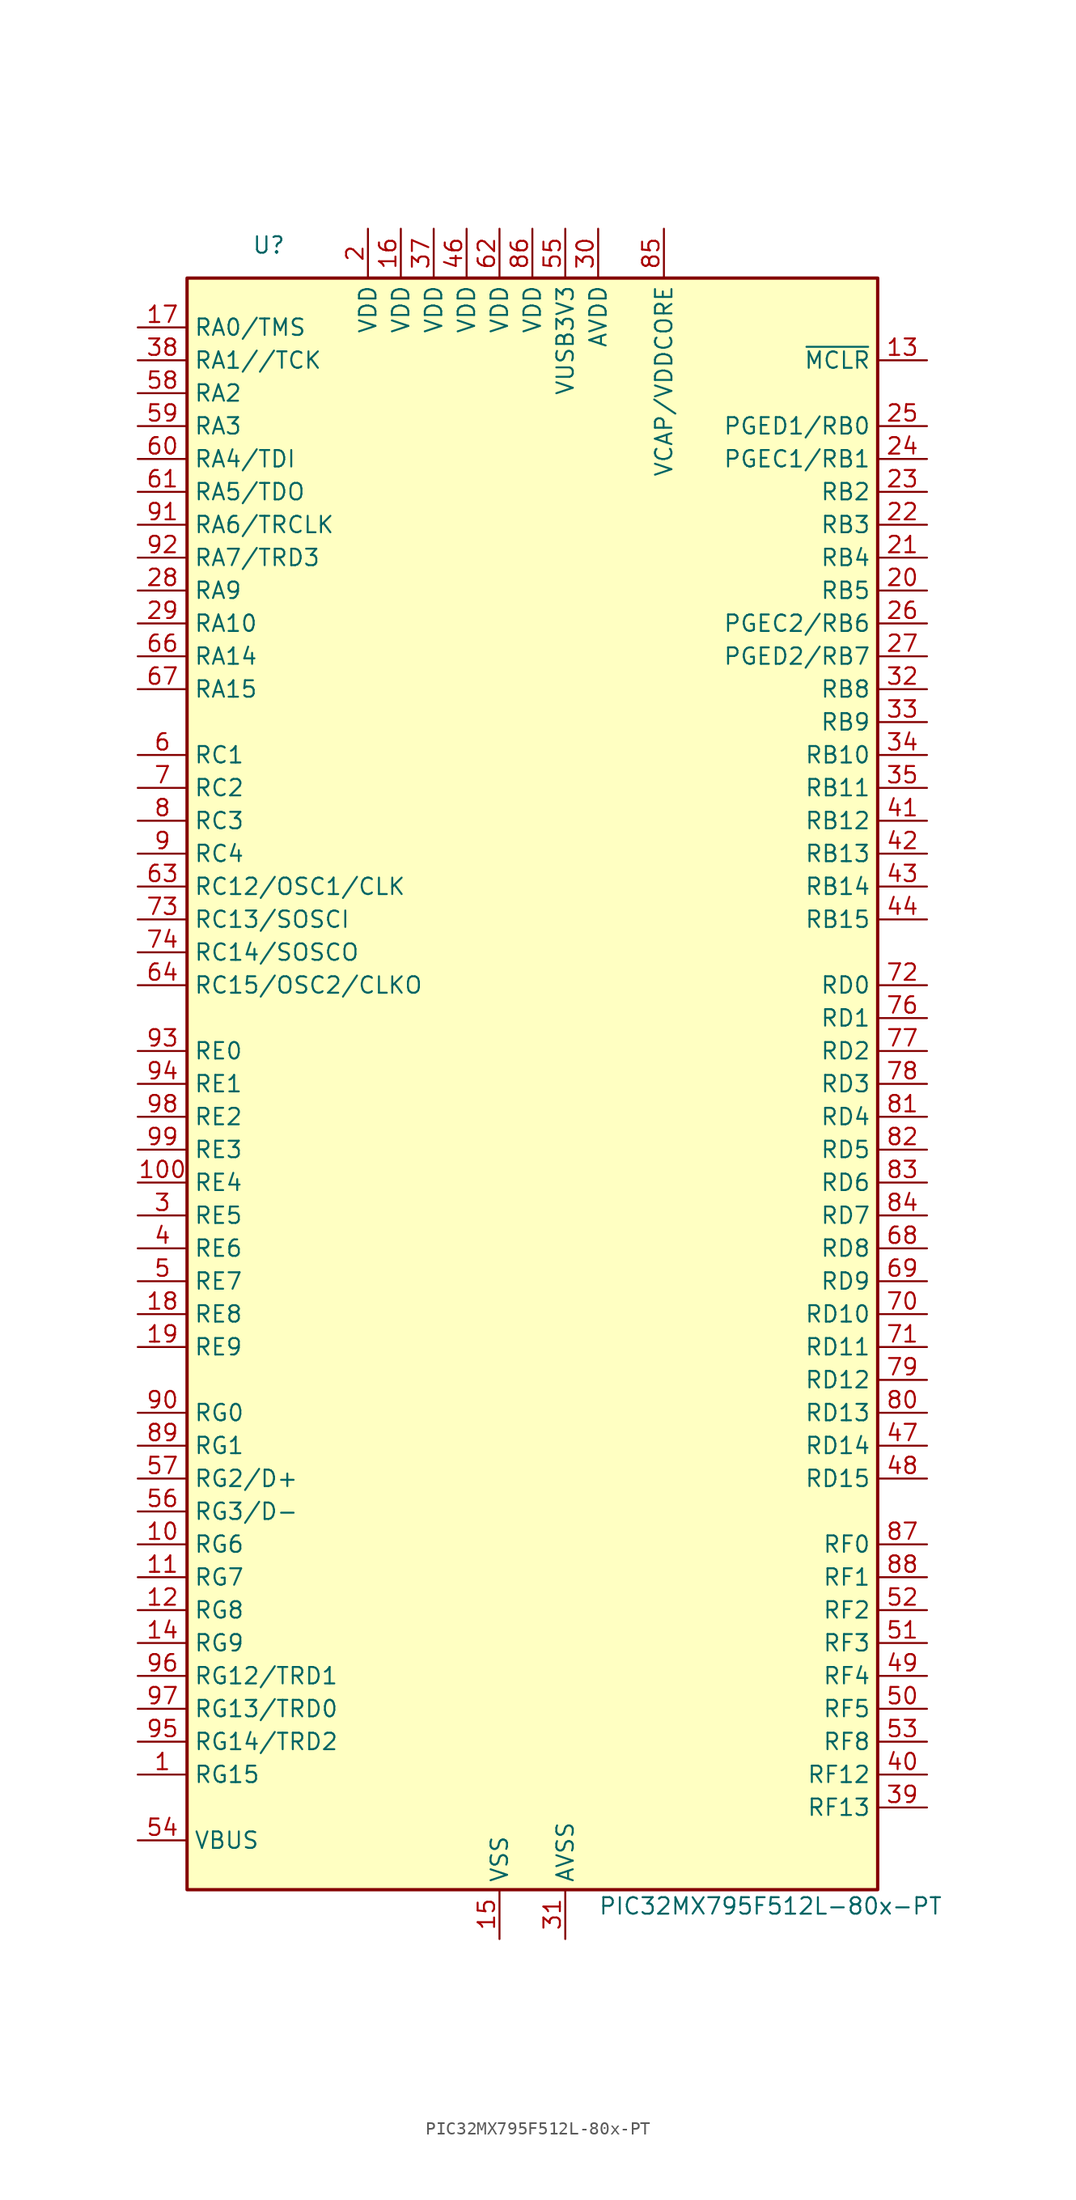
<source format=kicad_sym>
(kicad_symbol_lib
  (version 20201005)
  (generator kicad_symbol_editor)
  (symbol "PIC32MX795F512L-80x-PT"
    (property "Reference" "U"
      (at -19.05 64.77 0)
      (effects (font (size 1.27 1.27)) (justify right)))
    (property "Value" "PIC32MX795F512L-80x-PT"
      (at 5.08 -63.5 0)
      (effects (font (size 1.27 1.27)) (justify left)))
    (symbol "PIC32MX795F512L-80x-PT_1_1"
      (rectangle (start -26.67 62.23) (end 26.67 -62.23) (stroke (width 0.254)) (fill (type background)))
      (pin bidirectional line (at -30.48 -53.34 0) (length 3.81) (name "RG15" (effects (font (size 1.27 1.27)))) (number "1" (effects (font (size 1.27 1.27)))))
      (pin bidirectional line (at -30.48 -35.56 0) (length 3.81) (name "RG6" (effects (font (size 1.27 1.27)))) (number "10" (effects (font (size 1.27 1.27)))))
      (pin bidirectional line (at -30.48 -7.62 0) (length 3.81) (name "RE4" (effects (font (size 1.27 1.27)))) (number "100" (effects (font (size 1.27 1.27)))))
      (pin bidirectional line (at -30.48 -38.1 0) (length 3.81) (name "RG7" (effects (font (size 1.27 1.27)))) (number "11" (effects (font (size 1.27 1.27)))))
      (pin bidirectional line (at -30.48 -40.64 0) (length 3.81) (name "RG8" (effects (font (size 1.27 1.27)))) (number "12" (effects (font (size 1.27 1.27)))))
      (pin input line (at 30.48 55.88 180) (length 3.81) (name "~MCLR~" (effects (font (size 1.27 1.27)))) (number "13" (effects (font (size 1.27 1.27)))))
      (pin bidirectional line (at -30.48 -43.18 0) (length 3.81) (name "RG9" (effects (font (size 1.27 1.27)))) (number "14" (effects (font (size 1.27 1.27)))))
      (pin power_in line (at -2.54 -66.04 90) (length 3.81) (name "VSS" (effects (font (size 1.27 1.27)))) (number "15" (effects (font (size 1.27 1.27)))))
      (pin power_in line (at -10.16 66.04 270) (length 3.81) (name "VDD" (effects (font (size 1.27 1.27)))) (number "16" (effects (font (size 1.27 1.27)))))
      (pin bidirectional line (at -30.48 58.42 0) (length 3.81) (name "RA0/TMS" (effects (font (size 1.27 1.27)))) (number "17" (effects (font (size 1.27 1.27)))))
      (pin bidirectional line (at -30.48 -17.78 0) (length 3.81) (name "RE8" (effects (font (size 1.27 1.27)))) (number "18" (effects (font (size 1.27 1.27)))))
      (pin bidirectional line (at -30.48 -20.32 0) (length 3.81) (name "RE9" (effects (font (size 1.27 1.27)))) (number "19" (effects (font (size 1.27 1.27)))))
      (pin power_in line (at -12.7 66.04 270) (length 3.81) (name "VDD" (effects (font (size 1.27 1.27)))) (number "2" (effects (font (size 1.27 1.27)))))
      (pin bidirectional line (at 30.48 38.1 180) (length 3.81) (name "RB5" (effects (font (size 1.27 1.27)))) (number "20" (effects (font (size 1.27 1.27)))))
      (pin bidirectional line (at 30.48 40.64 180) (length 3.81) (name "RB4" (effects (font (size 1.27 1.27)))) (number "21" (effects (font (size 1.27 1.27)))))
      (pin bidirectional line (at 30.48 43.18 180) (length 3.81) (name "RB3" (effects (font (size 1.27 1.27)))) (number "22" (effects (font (size 1.27 1.27)))))
      (pin bidirectional line (at 30.48 45.72 180) (length 3.81) (name "RB2" (effects (font (size 1.27 1.27)))) (number "23" (effects (font (size 1.27 1.27)))))
      (pin bidirectional line (at 30.48 48.26 180) (length 3.81) (name "PGEC1/RB1" (effects (font (size 1.27 1.27)))) (number "24" (effects (font (size 1.27 1.27)))))
      (pin bidirectional line (at 30.48 50.8 180) (length 3.81) (name "PGED1/RB0" (effects (font (size 1.27 1.27)))) (number "25" (effects (font (size 1.27 1.27)))))
      (pin bidirectional line (at 30.48 35.56 180) (length 3.81) (name "PGEC2/RB6" (effects (font (size 1.27 1.27)))) (number "26" (effects (font (size 1.27 1.27)))))
      (pin bidirectional line (at 30.48 33.02 180) (length 3.81) (name "PGED2/RB7" (effects (font (size 1.27 1.27)))) (number "27" (effects (font (size 1.27 1.27)))))
      (pin bidirectional line (at -30.48 38.1 0) (length 3.81) (name "RA9" (effects (font (size 1.27 1.27)))) (number "28" (effects (font (size 1.27 1.27)))))
      (pin bidirectional line (at -30.48 35.56 0) (length 3.81) (name "RA10" (effects (font (size 1.27 1.27)))) (number "29" (effects (font (size 1.27 1.27)))))
      (pin bidirectional line (at -30.48 -10.16 0) (length 3.81) (name "RE5" (effects (font (size 1.27 1.27)))) (number "3" (effects (font (size 1.27 1.27)))))
      (pin power_in line (at 5.08 66.04 270) (length 3.81) (name "AVDD" (effects (font (size 1.27 1.27)))) (number "30" (effects (font (size 1.27 1.27)))))
      (pin power_in line (at 2.54 -66.04 90) (length 3.81) (name "AVSS" (effects (font (size 1.27 1.27)))) (number "31" (effects (font (size 1.27 1.27)))))
      (pin bidirectional line (at 30.48 30.48 180) (length 3.81) (name "RB8" (effects (font (size 1.27 1.27)))) (number "32" (effects (font (size 1.27 1.27)))))
      (pin bidirectional line (at 30.48 27.94 180) (length 3.81) (name "RB9" (effects (font (size 1.27 1.27)))) (number "33" (effects (font (size 1.27 1.27)))))
      (pin bidirectional line (at 30.48 25.4 180) (length 3.81) (name "RB10" (effects (font (size 1.27 1.27)))) (number "34" (effects (font (size 1.27 1.27)))))
      (pin bidirectional line (at 30.48 22.86 180) (length 3.81) (name "RB11" (effects (font (size 1.27 1.27)))) (number "35" (effects (font (size 1.27 1.27)))))
      (pin passive line (at -2.54 -66.04 90) (length 3.81) hide (name "VSS" (effects (font (size 1.27 1.27)))) (number "36" (effects (font (size 1.27 1.27)))))
      (pin power_in line (at -7.62 66.04 270) (length 3.81) (name "VDD" (effects (font (size 1.27 1.27)))) (number "37" (effects (font (size 1.27 1.27)))))
      (pin bidirectional line (at -30.48 55.88 0) (length 3.81) (name "RA1//TCK" (effects (font (size 1.27 1.27)))) (number "38" (effects (font (size 1.27 1.27)))))
      (pin bidirectional line (at 30.48 -55.88 180) (length 3.81) (name "RF13" (effects (font (size 1.27 1.27)))) (number "39" (effects (font (size 1.27 1.27)))))
      (pin bidirectional line (at -30.48 -12.7 0) (length 3.81) (name "RE6" (effects (font (size 1.27 1.27)))) (number "4" (effects (font (size 1.27 1.27)))))
      (pin bidirectional line (at 30.48 -53.34 180) (length 3.81) (name "RF12" (effects (font (size 1.27 1.27)))) (number "40" (effects (font (size 1.27 1.27)))))
      (pin bidirectional line (at 30.48 20.32 180) (length 3.81) (name "RB12" (effects (font (size 1.27 1.27)))) (number "41" (effects (font (size 1.27 1.27)))))
      (pin bidirectional line (at 30.48 17.78 180) (length 3.81) (name "RB13" (effects (font (size 1.27 1.27)))) (number "42" (effects (font (size 1.27 1.27)))))
      (pin bidirectional line (at 30.48 15.24 180) (length 3.81) (name "RB14" (effects (font (size 1.27 1.27)))) (number "43" (effects (font (size 1.27 1.27)))))
      (pin bidirectional line (at 30.48 12.7 180) (length 3.81) (name "RB15" (effects (font (size 1.27 1.27)))) (number "44" (effects (font (size 1.27 1.27)))))
      (pin passive line (at -2.54 -66.04 90) (length 3.81) hide (name "VSS" (effects (font (size 1.27 1.27)))) (number "45" (effects (font (size 1.27 1.27)))))
      (pin power_in line (at -5.08 66.04 270) (length 3.81) (name "VDD" (effects (font (size 1.27 1.27)))) (number "46" (effects (font (size 1.27 1.27)))))
      (pin bidirectional line (at 30.48 -27.94 180) (length 3.81) (name "RD14" (effects (font (size 1.27 1.27)))) (number "47" (effects (font (size 1.27 1.27)))))
      (pin bidirectional line (at 30.48 -30.48 180) (length 3.81) (name "RD15" (effects (font (size 1.27 1.27)))) (number "48" (effects (font (size 1.27 1.27)))))
      (pin bidirectional line (at 30.48 -45.72 180) (length 3.81) (name "RF4" (effects (font (size 1.27 1.27)))) (number "49" (effects (font (size 1.27 1.27)))))
      (pin bidirectional line (at -30.48 -15.24 0) (length 3.81) (name "RE7" (effects (font (size 1.27 1.27)))) (number "5" (effects (font (size 1.27 1.27)))))
      (pin bidirectional line (at 30.48 -48.26 180) (length 3.81) (name "RF5" (effects (font (size 1.27 1.27)))) (number "50" (effects (font (size 1.27 1.27)))))
      (pin bidirectional line (at 30.48 -43.18 180) (length 3.81) (name "RF3" (effects (font (size 1.27 1.27)))) (number "51" (effects (font (size 1.27 1.27)))))
      (pin bidirectional line (at 30.48 -40.64 180) (length 3.81) (name "RF2" (effects (font (size 1.27 1.27)))) (number "52" (effects (font (size 1.27 1.27)))))
      (pin bidirectional line (at 30.48 -50.8 180) (length 3.81) (name "RF8" (effects (font (size 1.27 1.27)))) (number "53" (effects (font (size 1.27 1.27)))))
      (pin input line (at -30.48 -58.42 0) (length 3.81) (name "VBUS" (effects (font (size 1.27 1.27)))) (number "54" (effects (font (size 1.27 1.27)))))
      (pin power_in line (at 2.54 66.04 270) (length 3.81) (name "VUSB3V3" (effects (font (size 1.27 1.27)))) (number "55" (effects (font (size 1.27 1.27)))))
      (pin bidirectional line (at -30.48 -33.02 0) (length 3.81) (name "RG3/D-" (effects (font (size 1.27 1.27)))) (number "56" (effects (font (size 1.27 1.27)))))
      (pin bidirectional line (at -30.48 -30.48 0) (length 3.81) (name "RG2/D+" (effects (font (size 1.27 1.27)))) (number "57" (effects (font (size 1.27 1.27)))))
      (pin bidirectional line (at -30.48 53.34 0) (length 3.81) (name "RA2" (effects (font (size 1.27 1.27)))) (number "58" (effects (font (size 1.27 1.27)))))
      (pin bidirectional line (at -30.48 50.8 0) (length 3.81) (name "RA3" (effects (font (size 1.27 1.27)))) (number "59" (effects (font (size 1.27 1.27)))))
      (pin bidirectional line (at -30.48 25.4 0) (length 3.81) (name "RC1" (effects (font (size 1.27 1.27)))) (number "6" (effects (font (size 1.27 1.27)))))
      (pin bidirectional line (at -30.48 48.26 0) (length 3.81) (name "RA4/TDI" (effects (font (size 1.27 1.27)))) (number "60" (effects (font (size 1.27 1.27)))))
      (pin bidirectional line (at -30.48 45.72 0) (length 3.81) (name "RA5/TDO" (effects (font (size 1.27 1.27)))) (number "61" (effects (font (size 1.27 1.27)))))
      (pin power_in line (at -2.54 66.04 270) (length 3.81) (name "VDD" (effects (font (size 1.27 1.27)))) (number "62" (effects (font (size 1.27 1.27)))))
      (pin bidirectional line (at -30.48 15.24 0) (length 3.81) (name "RC12/OSC1/CLK" (effects (font (size 1.27 1.27)))) (number "63" (effects (font (size 1.27 1.27)))))
      (pin bidirectional line (at -30.48 7.62 0) (length 3.81) (name "RC15/OSC2/CLKO" (effects (font (size 1.27 1.27)))) (number "64" (effects (font (size 1.27 1.27)))))
      (pin passive line (at -2.54 -66.04 90) (length 3.81) hide (name "VSS" (effects (font (size 1.27 1.27)))) (number "65" (effects (font (size 1.27 1.27)))))
      (pin bidirectional line (at -30.48 33.02 0) (length 3.81) (name "RA14" (effects (font (size 1.27 1.27)))) (number "66" (effects (font (size 1.27 1.27)))))
      (pin bidirectional line (at -30.48 30.48 0) (length 3.81) (name "RA15" (effects (font (size 1.27 1.27)))) (number "67" (effects (font (size 1.27 1.27)))))
      (pin bidirectional line (at 30.48 -12.7 180) (length 3.81) (name "RD8" (effects (font (size 1.27 1.27)))) (number "68" (effects (font (size 1.27 1.27)))))
      (pin bidirectional line (at 30.48 -15.24 180) (length 3.81) (name "RD9" (effects (font (size 1.27 1.27)))) (number "69" (effects (font (size 1.27 1.27)))))
      (pin bidirectional line (at -30.48 22.86 0) (length 3.81) (name "RC2" (effects (font (size 1.27 1.27)))) (number "7" (effects (font (size 1.27 1.27)))))
      (pin bidirectional line (at 30.48 -17.78 180) (length 3.81) (name "RD10" (effects (font (size 1.27 1.27)))) (number "70" (effects (font (size 1.27 1.27)))))
      (pin bidirectional line (at 30.48 -20.32 180) (length 3.81) (name "RD11" (effects (font (size 1.27 1.27)))) (number "71" (effects (font (size 1.27 1.27)))))
      (pin bidirectional line (at 30.48 7.62 180) (length 3.81) (name "RD0" (effects (font (size 1.27 1.27)))) (number "72" (effects (font (size 1.27 1.27)))))
      (pin bidirectional line (at -30.48 12.7 0) (length 3.81) (name "RC13/SOSCI" (effects (font (size 1.27 1.27)))) (number "73" (effects (font (size 1.27 1.27)))))
      (pin bidirectional line (at -30.48 10.16 0) (length 3.81) (name "RC14/SOSCO" (effects (font (size 1.27 1.27)))) (number "74" (effects (font (size 1.27 1.27)))))
      (pin passive line (at -2.54 -66.04 90) (length 3.81) hide (name "VSS" (effects (font (size 1.27 1.27)))) (number "75" (effects (font (size 1.27 1.27)))))
      (pin bidirectional line (at 30.48 5.08 180) (length 3.81) (name "RD1" (effects (font (size 1.27 1.27)))) (number "76" (effects (font (size 1.27 1.27)))))
      (pin bidirectional line (at 30.48 2.54 180) (length 3.81) (name "RD2" (effects (font (size 1.27 1.27)))) (number "77" (effects (font (size 1.27 1.27)))))
      (pin bidirectional line (at 30.48 0 180) (length 3.81) (name "RD3" (effects (font (size 1.27 1.27)))) (number "78" (effects (font (size 1.27 1.27)))))
      (pin bidirectional line (at 30.48 -22.86 180) (length 3.81) (name "RD12" (effects (font (size 1.27 1.27)))) (number "79" (effects (font (size 1.27 1.27)))))
      (pin bidirectional line (at -30.48 20.32 0) (length 3.81) (name "RC3" (effects (font (size 1.27 1.27)))) (number "8" (effects (font (size 1.27 1.27)))))
      (pin bidirectional line (at 30.48 -25.4 180) (length 3.81) (name "RD13" (effects (font (size 1.27 1.27)))) (number "80" (effects (font (size 1.27 1.27)))))
      (pin bidirectional line (at 30.48 -2.54 180) (length 3.81) (name "RD4" (effects (font (size 1.27 1.27)))) (number "81" (effects (font (size 1.27 1.27)))))
      (pin bidirectional line (at 30.48 -5.08 180) (length 3.81) (name "RD5" (effects (font (size 1.27 1.27)))) (number "82" (effects (font (size 1.27 1.27)))))
      (pin bidirectional line (at 30.48 -7.62 180) (length 3.81) (name "RD6" (effects (font (size 1.27 1.27)))) (number "83" (effects (font (size 1.27 1.27)))))
      (pin bidirectional line (at 30.48 -10.16 180) (length 3.81) (name "RD7" (effects (font (size 1.27 1.27)))) (number "84" (effects (font (size 1.27 1.27)))))
      (pin power_out line (at 10.16 66.04 270) (length 3.81) (name "VCAP/VDDCORE" (effects (font (size 1.27 1.27)))) (number "85" (effects (font (size 1.27 1.27)))))
      (pin power_in line (at 0 66.04 270) (length 3.81) (name "VDD" (effects (font (size 1.27 1.27)))) (number "86" (effects (font (size 1.27 1.27)))))
      (pin bidirectional line (at 30.48 -35.56 180) (length 3.81) (name "RF0" (effects (font (size 1.27 1.27)))) (number "87" (effects (font (size 1.27 1.27)))))
      (pin bidirectional line (at 30.48 -38.1 180) (length 3.81) (name "RF1" (effects (font (size 1.27 1.27)))) (number "88" (effects (font (size 1.27 1.27)))))
      (pin bidirectional line (at -30.48 -27.94 0) (length 3.81) (name "RG1" (effects (font (size 1.27 1.27)))) (number "89" (effects (font (size 1.27 1.27)))))
      (pin bidirectional line (at -30.48 17.78 0) (length 3.81) (name "RC4" (effects (font (size 1.27 1.27)))) (number "9" (effects (font (size 1.27 1.27)))))
      (pin bidirectional line (at -30.48 -25.4 0) (length 3.81) (name "RG0" (effects (font (size 1.27 1.27)))) (number "90" (effects (font (size 1.27 1.27)))))
      (pin bidirectional line (at -30.48 43.18 0) (length 3.81) (name "RA6/TRCLK" (effects (font (size 1.27 1.27)))) (number "91" (effects (font (size 1.27 1.27)))))
      (pin bidirectional line (at -30.48 40.64 0) (length 3.81) (name "RA7/TRD3" (effects (font (size 1.27 1.27)))) (number "92" (effects (font (size 1.27 1.27)))))
      (pin bidirectional line (at -30.48 2.54 0) (length 3.81) (name "RE0" (effects (font (size 1.27 1.27)))) (number "93" (effects (font (size 1.27 1.27)))))
      (pin bidirectional line (at -30.48 0 0) (length 3.81) (name "RE1" (effects (font (size 1.27 1.27)))) (number "94" (effects (font (size 1.27 1.27)))))
      (pin bidirectional line (at -30.48 -50.8 0) (length 3.81) (name "RG14/TRD2" (effects (font (size 1.27 1.27)))) (number "95" (effects (font (size 1.27 1.27)))))
      (pin bidirectional line (at -30.48 -45.72 0) (length 3.81) (name "RG12/TRD1" (effects (font (size 1.27 1.27)))) (number "96" (effects (font (size 1.27 1.27)))))
      (pin bidirectional line (at -30.48 -48.26 0) (length 3.81) (name "RG13/TRD0" (effects (font (size 1.27 1.27)))) (number "97" (effects (font (size 1.27 1.27)))))
      (pin bidirectional line (at -30.48 -2.54 0) (length 3.81) (name "RE2" (effects (font (size 1.27 1.27)))) (number "98" (effects (font (size 1.27 1.27)))))
      (pin bidirectional line (at -30.48 -5.08 0) (length 3.81) (name "RE3" (effects (font (size 1.27 1.27)))) (number "99" (effects (font (size 1.27 1.27))))))))
</source>
